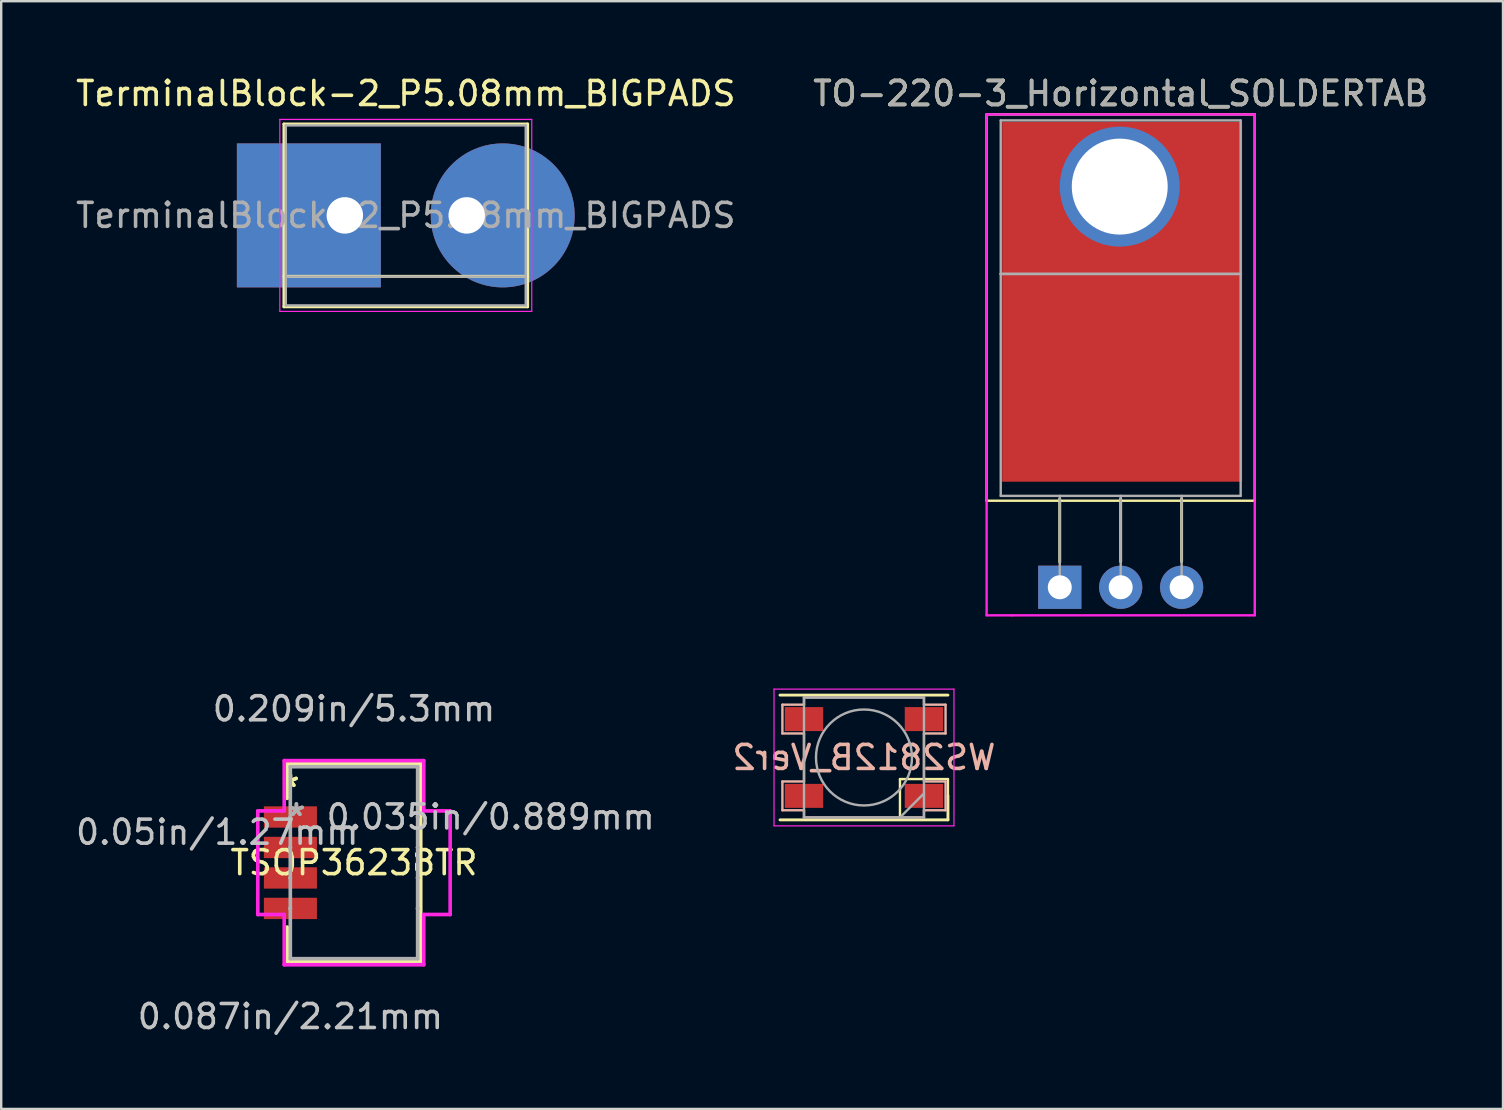
<source format=kicad_pcb>
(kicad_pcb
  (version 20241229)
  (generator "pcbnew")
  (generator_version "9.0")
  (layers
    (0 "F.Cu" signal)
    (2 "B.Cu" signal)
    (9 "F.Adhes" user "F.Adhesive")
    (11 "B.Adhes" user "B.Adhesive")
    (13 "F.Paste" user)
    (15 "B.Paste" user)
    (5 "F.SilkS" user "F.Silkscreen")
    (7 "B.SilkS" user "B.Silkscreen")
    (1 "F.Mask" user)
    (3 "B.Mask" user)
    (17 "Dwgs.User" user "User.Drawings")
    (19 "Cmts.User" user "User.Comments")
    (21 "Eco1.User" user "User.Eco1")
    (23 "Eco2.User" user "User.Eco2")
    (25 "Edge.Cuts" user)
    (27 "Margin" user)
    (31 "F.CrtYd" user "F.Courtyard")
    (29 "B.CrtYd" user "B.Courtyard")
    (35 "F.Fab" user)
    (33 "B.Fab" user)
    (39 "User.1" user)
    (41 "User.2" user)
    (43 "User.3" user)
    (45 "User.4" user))
  (footprint "TerminalBlock-2_P5.08mm_BIGPADS"
    (layer "F.Cu")
    (at 11.323 5.928)
    (property "Reference" "TerminalBlock-2_P5.08mm_BIGPADS" (at 2.54 -5.08 0) (layer "F.SilkS") (effects (font (size 1 1) (thickness 0.15))))
    (attr through_hole)
    (fp_line (start -2.54 -3.81) (end -2.54 3.81) (stroke (width 0.12) (type solid)) (layer "F.SilkS"))
    (fp_line (start -2.54 3.81) (end 7.62 3.81) (stroke (width 0.12) (type solid)) (layer "F.SilkS"))
    (fp_line (start 7.62 -3.81) (end -2.54 -3.81) (stroke (width 0.12) (type solid)) (layer "F.SilkS"))
    (fp_line (start 7.62 2.54) (end -2.54 2.54) (stroke (width 0.12) (type solid)) (layer "F.SilkS"))
    (fp_line (start 7.62 3.81) (end 7.62 -3.81) (stroke (width 0.12) (type solid)) (layer "F.SilkS"))
    (fp_line (start -2.71 -4) (end -2.71 4) (stroke (width 0.05) (type solid)) (layer "F.CrtYd"))
    (fp_line (start -2.71 -4) (end 7.79 -4) (stroke (width 0.05) (type solid)) (layer "F.CrtYd"))
    (fp_line (start 7.79 4) (end -2.71 4) (stroke (width 0.05) (type solid)) (layer "F.CrtYd"))
    (fp_line (start 7.79 4) (end 7.79 -4) (stroke (width 0.05) (type solid)) (layer "F.CrtYd"))
    (fp_line (start -2.46 -3.75) (end -2.46 3.75) (stroke (width 0.1) (type solid)) (layer "F.Fab"))
    (fp_line (start -2.46 3.75) (end 7.54 3.75) (stroke (width 0.1) (type solid)) (layer "F.Fab"))
    (fp_line (start -2.41 2.55) (end 7.49 2.55) (stroke (width 0.1) (type solid)) (layer "F.Fab"))
    (fp_line (start 7.54 -3.75) (end -2.46 -3.75) (stroke (width 0.1) (type solid)) (layer "F.Fab"))
    (fp_line (start 7.54 3.75) (end 7.54 -3.75) (stroke (width 0.1) (type solid)) (layer "F.Fab"))
    (fp_text user "${REFERENCE}" (at 2.54 0 0) (layer "F.Fab") (effects (font (size 1 1) (thickness 0.15))))
    (pad "1" thru_hole rect (at 0 0) (size 6 6) (drill 1.52 (offset -1.5 0)) (layers "*.Cu" "*.Mask"))
    (pad "2" thru_hole oval (at 5.08 0) (size 6 6) (drill 1.52 (offset 1.5 0)) (layers "*.Cu" "*.Mask")))
  (footprint "TO-220-3_Horizontal_SOLDERTAB"
    (layer "F.Cu")
    (at 41.121 21.428)
    (property "Reference" "TO-220-3_Horizontal_SOLDERTAB" (at 2.54 -20.58 0) (layer "F.SilkS") (effects (font (size 1 1) (thickness 0.15))))
    (attr through_hole)
    (fp_line (start -3.048 -19.71) (end -3.048 -3.607) (stroke (width 0.1) (type solid)) (layer "F.SilkS"))
    (fp_line (start -3.048 -3.607) (end 8.128 -3.607) (stroke (width 0.1) (type solid)) (layer "F.SilkS"))
    (fp_line (start 0 -3.69) (end 0 -1.05) (stroke (width 0.12) (type solid)) (layer "F.SilkS"))
    (fp_line (start 2.54 -3.69) (end 2.54 -1.066) (stroke (width 0.12) (type solid)) (layer "F.SilkS"))
    (fp_line (start 5.08 -3.69) (end 5.08 -1.066) (stroke (width 0.12) (type solid)) (layer "F.SilkS"))
    (fp_line (start 8.128 -19.71) (end -3.048 -19.71) (stroke (width 0.1) (type solid)) (layer "F.SilkS"))
    (fp_line (start 8.128 -3.607) (end 8.128 -19.71) (stroke (width 0.1) (type solid)) (layer "F.SilkS"))
    (fp_line (start -3.048 -19.71) (end -3.048 1.168) (stroke (width 0.1) (type solid)) (layer "F.CrtYd"))
    (fp_line (start -3.048 1.168) (end -1.981 1.168) (stroke (width 0.1) (type solid)) (layer "F.CrtYd"))
    (fp_line (start -2.997 -19.71) (end -3.048 -19.71) (stroke (width 0.1) (type solid)) (layer "F.CrtYd"))
    (fp_line (start 8.128 -19.71) (end -2.997 -19.71) (stroke (width 0.1) (type solid)) (layer "F.CrtYd"))
    (fp_line (start 8.128 -19.71) (end 8.128 1.168) (stroke (width 0.1) (type solid)) (layer "F.CrtYd"))
    (fp_line (start 8.128 1.168) (end -1.981 1.168) (stroke (width 0.1) (type solid)) (layer "F.CrtYd"))
    (fp_line (start -2.46 -19.46) (end 7.54 -19.46) (stroke (width 0.1) (type solid)) (layer "F.Fab"))
    (fp_line (start -2.46 -13.06) (end -2.46 -19.46) (stroke (width 0.1) (type solid)) (layer "F.Fab"))
    (fp_line (start -2.46 -13.06) (end 7.54 -13.06) (stroke (width 0.1) (type solid)) (layer "F.Fab"))
    (fp_line (start -2.46 -3.81) (end -2.46 -13.06) (stroke (width 0.1) (type solid)) (layer "F.Fab"))
    (fp_line (start 0 -3.81) (end 0 0) (stroke (width 0.1) (type solid)) (layer "F.Fab"))
    (fp_line (start 2.54 -3.81) (end 2.54 0) (stroke (width 0.1) (type solid)) (layer "F.Fab"))
    (fp_line (start 5.08 -3.81) (end 5.08 0) (stroke (width 0.1) (type solid)) (layer "F.Fab"))
    (fp_line (start 7.54 -19.46) (end 7.54 -13.06) (stroke (width 0.1) (type solid)) (layer "F.Fab"))
    (fp_line (start 7.54 -13.06) (end -2.46 -13.06) (stroke (width 0.1) (type solid)) (layer "F.Fab"))
    (fp_line (start 7.54 -13.06) (end 7.54 -3.81) (stroke (width 0.1) (type solid)) (layer "F.Fab"))
    (fp_line (start 7.54 -3.81) (end -2.46 -3.81) (stroke (width 0.1) (type solid)) (layer "F.Fab"))
    (fp_circle (center 2.54 -16.66) (end 4.39 -16.66) (stroke (width 0.1) (type solid)) (fill no) (layer "F.Fab"))
    (fp_text user "${REFERENCE}" (at 2.54 -20.58 0) (layer "F.Fab") (effects (font (size 1 1) (thickness 0.15))))
    (pad "1" thru_hole rect (at 0 0) (size 1.8 1.8) (drill 1) (layers "*.Cu" "*.Mask"))
    (pad "2" thru_hole circle (at 2.5 -16.7) (size 5 5) (drill 4) (layers "*.Cu" "*.Mask"))
    (pad "2" thru_hole oval (at 2.54 0) (size 1.8 1.8) (drill 1) (layers "*.Cu" "*.Mask"))
    (pad "2" smd rect (at 2.6 -16.9) (size 10 15) (drill (offset 0 5)) (layers "F.Cu" "F.Mask" "F.Paste"))
    (pad "3" thru_hole oval (at 5.08 0) (size 1.8 1.8) (drill 1) (layers "*.Cu" "*.Mask")))
  (footprint "WS2812B_Ver2"
    (layer "F.Cu")
    (at 32.961 28.522)
    (property "Reference" "WS2812B_Ver2" (at 0 0 0) (layer "B.SilkS") (effects (font (size 1 1) (thickness 0.15)) (justify mirror)))
    (attr smd)
    (fp_line (start -3.5 -2.6) (end 3.5 -2.6) (stroke (width 0.12) (type solid)) (layer "F.SilkS"))
    (fp_line (start -3.5 2.6) (end 3.5 2.6) (stroke (width 0.12) (type solid)) (layer "F.SilkS"))
    (fp_line (start 1.5 0.9) (end 1.5 2.6) (stroke (width 0.1) (type solid)) (layer "F.SilkS"))
    (fp_line (start 1.6 0.9) (end 1.5 0.9) (stroke (width 0.1) (type solid)) (layer "F.SilkS"))
    (fp_line (start 3.5 0.9) (end 1.6 0.9) (stroke (width 0.1) (type solid)) (layer "F.SilkS"))
    (fp_line (start 3.5 1.6) (end 3.5 0.9) (stroke (width 0.1) (type solid)) (layer "F.SilkS"))
    (fp_line (start 3.5 2.6) (end 3.5 1.6) (stroke (width 0.12) (type solid)) (layer "F.SilkS"))
    (fp_line (start -3.4 -2.2) (end -3.4 -1) (stroke (width 0.1) (type solid)) (layer "B.SilkS"))
    (fp_line (start -3.4 -1) (end -2.5 -1) (stroke (width 0.1) (type solid)) (layer "B.SilkS"))
    (fp_line (start -3.4 1) (end -3.4 2.2) (stroke (width 0.1) (type solid)) (layer "B.SilkS"))
    (fp_line (start -3.4 2.2) (end -2.5 2.2) (stroke (width 0.1) (type solid)) (layer "B.SilkS"))
    (fp_line (start -2.5 -2.5) (end -2.5 -2.2) (stroke (width 0.1) (type solid)) (layer "B.SilkS"))
    (fp_line (start -2.5 -2.2) (end -3.4 -2.2) (stroke (width 0.1) (type solid)) (layer "B.SilkS"))
    (fp_line (start -2.5 -1) (end -2.5 1) (stroke (width 0.1) (type solid)) (layer "B.SilkS"))
    (fp_line (start -2.5 1) (end -3.4 1) (stroke (width 0.1) (type solid)) (layer "B.SilkS"))
    (fp_line (start -2.5 2.2) (end -2.5 2.5) (stroke (width 0.1) (type solid)) (layer "B.SilkS"))
    (fp_line (start -2.5 2.5) (end 2.5 2.5) (stroke (width 0.1) (type solid)) (layer "B.SilkS"))
    (fp_line (start 2.5 -2.5) (end -2.5 -2.5) (stroke (width 0.1) (type solid)) (layer "B.SilkS"))
    (fp_line (start 2.5 -2.2) (end 2.5 -2.5) (stroke (width 0.1) (type solid)) (layer "B.SilkS"))
    (fp_line (start 2.5 -1) (end 3.4 -1) (stroke (width 0.1) (type solid)) (layer "B.SilkS"))
    (fp_line (start 2.5 1) (end 2.5 -1) (stroke (width 0.1) (type solid)) (layer "B.SilkS"))
    (fp_line (start 2.5 2.2) (end 3.4 2.2) (stroke (width 0.1) (type solid)) (layer "B.SilkS"))
    (fp_line (start 2.5 2.5) (end 2.5 2.2) (stroke (width 0.1) (type solid)) (layer "B.SilkS"))
    (fp_line (start 3.4 -2.2) (end 2.5 -2.2) (stroke (width 0.1) (type solid)) (layer "B.SilkS"))
    (fp_line (start 3.4 -1) (end 3.4 -2.2) (stroke (width 0.1) (type solid)) (layer "B.SilkS"))
    (fp_line (start 3.4 1) (end 2.5 1) (stroke (width 0.1) (type solid)) (layer "B.SilkS"))
    (fp_line (start 3.4 2.2) (end 3.4 1) (stroke (width 0.1) (type solid)) (layer "B.SilkS"))
    (fp_line (start -3.75 -2.85) (end -3.75 2.85) (stroke (width 0.05) (type solid)) (layer "F.CrtYd"))
    (fp_line (start -3.75 2.85) (end 3.75 2.85) (stroke (width 0.05) (type solid)) (layer "F.CrtYd"))
    (fp_line (start 3.75 -2.85) (end -3.75 -2.85) (stroke (width 0.05) (type solid)) (layer "F.CrtYd"))
    (fp_line (start 3.75 2.85) (end 3.75 -2.85) (stroke (width 0.05) (type solid)) (layer "F.CrtYd"))
    (fp_line (start -2.5 -2.5) (end -2.5 2.5) (stroke (width 0.1) (type solid)) (layer "F.Fab"))
    (fp_line (start -2.5 2.5) (end 2.5 2.5) (stroke (width 0.1) (type solid)) (layer "F.Fab"))
    (fp_line (start 2.5 -2.5) (end -2.5 -2.5) (stroke (width 0.1) (type solid)) (layer "F.Fab"))
    (fp_line (start 2.5 1.5) (end 1.5 2.5) (stroke (width 0.1) (type solid)) (layer "F.Fab"))
    (fp_line (start 2.5 2.5) (end 2.5 -2.5) (stroke (width 0.1) (type solid)) (layer "F.Fab"))
    (fp_circle (center 0 0) (end 0 -2) (stroke (width 0.1) (type solid)) (fill no) (layer "F.Fab"))
    (pad "1" smd rect (at -2.5 -1.6) (size 1.6 1) (layers "F.Cu" "F.Mask" "F.Paste"))
    (pad "2" smd rect (at -2.5 1.6) (size 1.6 1) (layers "F.Cu" "F.Mask" "F.Paste"))
    (pad "3" smd rect (at 2.5 1.6) (size 1.6 1) (layers "F.Cu" "F.Mask" "F.Paste"))
    (pad "4" smd rect (at 2.5 -1.6) (size 1.6 1) (layers "F.Cu" "F.Mask" "F.Paste")))
  (footprint "TSOP36238TR"
    (layer "F.Cu")
    (at 14.354 34.813)
    (property "Reference" "TSOP36238TR" (at -2.65 -1.905 0) (layer "F.SilkS") (effects (font (size 1 1) (thickness 0.15))))
    (attr through_hole)
    (fp_line (start -5.431 -6.032) (end -5.431 -4.587) (stroke (width 0.152) (type solid)) (layer "F.SilkS"))
    (fp_line (start -5.431 0.777) (end -5.431 2.223) (stroke (width 0.152) (type solid)) (layer "F.SilkS"))
    (fp_line (start -5.431 2.223) (end 0.131 2.223) (stroke (width 0.152) (type solid)) (layer "F.SilkS"))
    (fp_line (start 0.131 -6.032) (end -5.431 -6.032) (stroke (width 0.152) (type solid)) (layer "F.SilkS"))
    (fp_line (start 0.131 2.223) (end 0.131 -6.032) (stroke (width 0.152) (type solid)) (layer "F.SilkS"))
    (fp_line (start -6.659 -4.064) (end -6.659 0.254) (stroke (width 0.152) (type solid)) (layer "F.CrtYd"))
    (fp_line (start -6.659 0.254) (end -5.558 0.254) (stroke (width 0.152) (type solid)) (layer "F.CrtYd"))
    (fp_line (start -5.558 -6.16) (end -5.558 -4.064) (stroke (width 0.152) (type solid)) (layer "F.CrtYd"))
    (fp_line (start -5.558 -4.064) (end -6.659 -4.064) (stroke (width 0.152) (type solid)) (layer "F.CrtYd"))
    (fp_line (start -5.558 0.254) (end -5.558 2.349) (stroke (width 0.152) (type solid)) (layer "F.CrtYd"))
    (fp_line (start -5.558 2.349) (end 0.258 2.349) (stroke (width 0.152) (type solid)) (layer "F.CrtYd"))
    (fp_line (start 0.258 -6.16) (end -5.558 -6.16) (stroke (width 0.152) (type solid)) (layer "F.CrtYd"))
    (fp_line (start 0.258 -4.064) (end 0.258 -6.16) (stroke (width 0.152) (type solid)) (layer "F.CrtYd"))
    (fp_line (start 0.258 0.254) (end 1.359 0.254) (stroke (width 0.152) (type solid)) (layer "F.CrtYd"))
    (fp_line (start 0.258 2.349) (end 0.258 0.254) (stroke (width 0.152) (type solid)) (layer "F.CrtYd"))
    (fp_line (start 1.359 -4.064) (end 0.258 -4.064) (stroke (width 0.152) (type solid)) (layer "F.CrtYd"))
    (fp_line (start 1.359 0.254) (end 1.359 -4.064) (stroke (width 0.152) (type solid)) (layer "F.CrtYd"))
    (fp_line (start -5.304 -5.905) (end -5.304 2.095) (stroke (width 0.152) (type solid)) (layer "F.Fab"))
    (fp_line (start -5.304 -3.81) (end -5.304 -3.81) (stroke (width 0.152) (type solid)) (layer "F.Fab"))
    (fp_line (start -5.304 -3.81) (end -5.304 -3.81) (stroke (width 0.152) (type solid)) (layer "F.Fab"))
    (fp_line (start -5.304 -3.81) (end -5.304 -3.81) (stroke (width 0.152) (type solid)) (layer "F.Fab"))
    (fp_line (start -5.304 -3.81) (end -5.304 -3.81) (stroke (width 0.152) (type solid)) (layer "F.Fab"))
    (fp_line (start -5.304 -2.54) (end -5.304 -2.54) (stroke (width 0.152) (type solid)) (layer "F.Fab"))
    (fp_line (start -5.304 -2.54) (end -5.304 -2.54) (stroke (width 0.152) (type solid)) (layer "F.Fab"))
    (fp_line (start -5.304 -2.54) (end -5.304 -2.54) (stroke (width 0.152) (type solid)) (layer "F.Fab"))
    (fp_line (start -5.304 -2.54) (end -5.304 -2.54) (stroke (width 0.152) (type solid)) (layer "F.Fab"))
    (fp_line (start -5.304 -1.27) (end -5.304 -1.27) (stroke (width 0.152) (type solid)) (layer "F.Fab"))
    (fp_line (start -5.304 -1.27) (end -5.304 -1.27) (stroke (width 0.152) (type solid)) (layer "F.Fab"))
    (fp_line (start -5.304 -1.27) (end -5.304 -1.27) (stroke (width 0.152) (type solid)) (layer "F.Fab"))
    (fp_line (start -5.304 -1.27) (end -5.304 -1.27) (stroke (width 0.152) (type solid)) (layer "F.Fab"))
    (fp_line (start -5.304 0) (end -5.304 0) (stroke (width 0.152) (type solid)) (layer "F.Fab"))
    (fp_line (start -5.304 0) (end -5.304 0) (stroke (width 0.152) (type solid)) (layer "F.Fab"))
    (fp_line (start -5.304 0) (end -5.304 0) (stroke (width 0.152) (type solid)) (layer "F.Fab"))
    (fp_line (start -5.304 0) (end -5.304 0) (stroke (width 0.152) (type solid)) (layer "F.Fab"))
    (fp_line (start -5.304 2.095) (end 0.004 2.095) (stroke (width 0.152) (type solid)) (layer "F.Fab"))
    (fp_line (start 0.004 -5.905) (end -5.304 -5.905) (stroke (width 0.152) (type solid)) (layer "F.Fab"))
    (fp_line (start 0.004 -3.81) (end 0.004 -3.81) (stroke (width 0.152) (type solid)) (layer "F.Fab"))
    (fp_line (start 0.004 -3.81) (end 0.004 -3.81) (stroke (width 0.152) (type solid)) (layer "F.Fab"))
    (fp_line (start 0.004 -3.81) (end 0.004 -3.81) (stroke (width 0.152) (type solid)) (layer "F.Fab"))
    (fp_line (start 0.004 -3.81) (end 0.004 -3.81) (stroke (width 0.152) (type solid)) (layer "F.Fab"))
    (fp_line (start 0.004 -2.54) (end 0.004 -2.54) (stroke (width 0.152) (type solid)) (layer "F.Fab"))
    (fp_line (start 0.004 -2.54) (end 0.004 -2.54) (stroke (width 0.152) (type solid)) (layer "F.Fab"))
    (fp_line (start 0.004 -2.54) (end 0.004 -2.54) (stroke (width 0.152) (type solid)) (layer "F.Fab"))
    (fp_line (start 0.004 -2.54) (end 0.004 -2.54) (stroke (width 0.152) (type solid)) (layer "F.Fab"))
    (fp_line (start 0.004 -1.27) (end 0.004 -1.27) (stroke (width 0.152) (type solid)) (layer "F.Fab"))
    (fp_line (start 0.004 -1.27) (end 0.004 -1.27) (stroke (width 0.152) (type solid)) (layer "F.Fab"))
    (fp_line (start 0.004 -1.27) (end 0.004 -1.27) (stroke (width 0.152) (type solid)) (layer "F.Fab"))
    (fp_line (start 0.004 -1.27) (end 0.004 -1.27) (stroke (width 0.152) (type solid)) (layer "F.Fab"))
    (fp_line (start 0.004 0) (end 0.004 0) (stroke (width 0.152) (type solid)) (layer "F.Fab"))
    (fp_line (start 0.004 0) (end 0.004 0) (stroke (width 0.152) (type solid)) (layer "F.Fab"))
    (fp_line (start 0.004 0) (end 0.004 0) (stroke (width 0.152) (type solid)) (layer "F.Fab"))
    (fp_line (start 0.004 0) (end 0.004 0) (stroke (width 0.152) (type solid)) (layer "F.Fab"))
    (fp_line (start 0.004 2.095) (end 0.004 -5.905) (stroke (width 0.152) (type solid)) (layer "F.Fab"))
    (fp_text user "*" (at -5.3 -5.016 0) (layer "F.SilkS") (effects (font (size 1 1) (thickness 0.15))))
    (fp_text user "*" (at -5.3 -5.016 0) (layer "F.SilkS") (effects (font (size 1 1) (thickness 0.15))))
    (fp_text user "0.05in/1.27mm" (at -8.348 -3.175 0) (layer "Dwgs.User") (effects (font (size 1 1) (thickness 0.15))))
    (fp_text user "0.087in/2.21mm" (at -5.3 4.508 0) (layer "Dwgs.User") (effects (font (size 1 1) (thickness 0.15))))
    (fp_text user "0.209in/5.3mm" (at -2.65 -8.319 0) (layer "Dwgs.User") (effects (font (size 1 1) (thickness 0.15))))
    (fp_text user "0.035in/0.889mm" (at 3.048 -3.81 0) (layer "Dwgs.User") (effects (font (size 1 1) (thickness 0.15))))
    (fp_text user "Copyright 2016 Accelerated Designs. All rights reserved." (at 0 0 0) (layer "Cmts.User") (effects (font (size 0.127 0.127) (thickness 0.002))))
    (fp_text user "*" (at -5.05 -3.81 0) (layer "F.Fab") (effects (font (size 1 1) (thickness 0.15))))
    (fp_text user "*" (at -5.05 -3.81 0) (layer "F.Fab") (effects (font (size 1 1) (thickness 0.15))))
    (pad "1" smd rect (at -5.3 -3.81) (size 2.21 0.889) (layers "F.Cu" "F.Mask" "F.Paste"))
    (pad "2" smd rect (at -5.3 -2.54) (size 2.21 0.889) (layers "F.Cu" "F.Mask" "F.Paste"))
    (pad "3" smd rect (at -5.3 -1.27) (size 2.21 0.889) (layers "F.Cu" "F.Mask" "F.Paste"))
    (pad "4" smd rect (at -5.3 0) (size 2.21 0.889) (layers "F.Cu" "F.Mask" "F.Paste")))
  (gr_rect
    (start -3 -3)
    (end 59.595 43.17)
    (stroke (width 0.1) (type default))
    (fill no)
    (layer "Edge.Cuts")))
</source>
